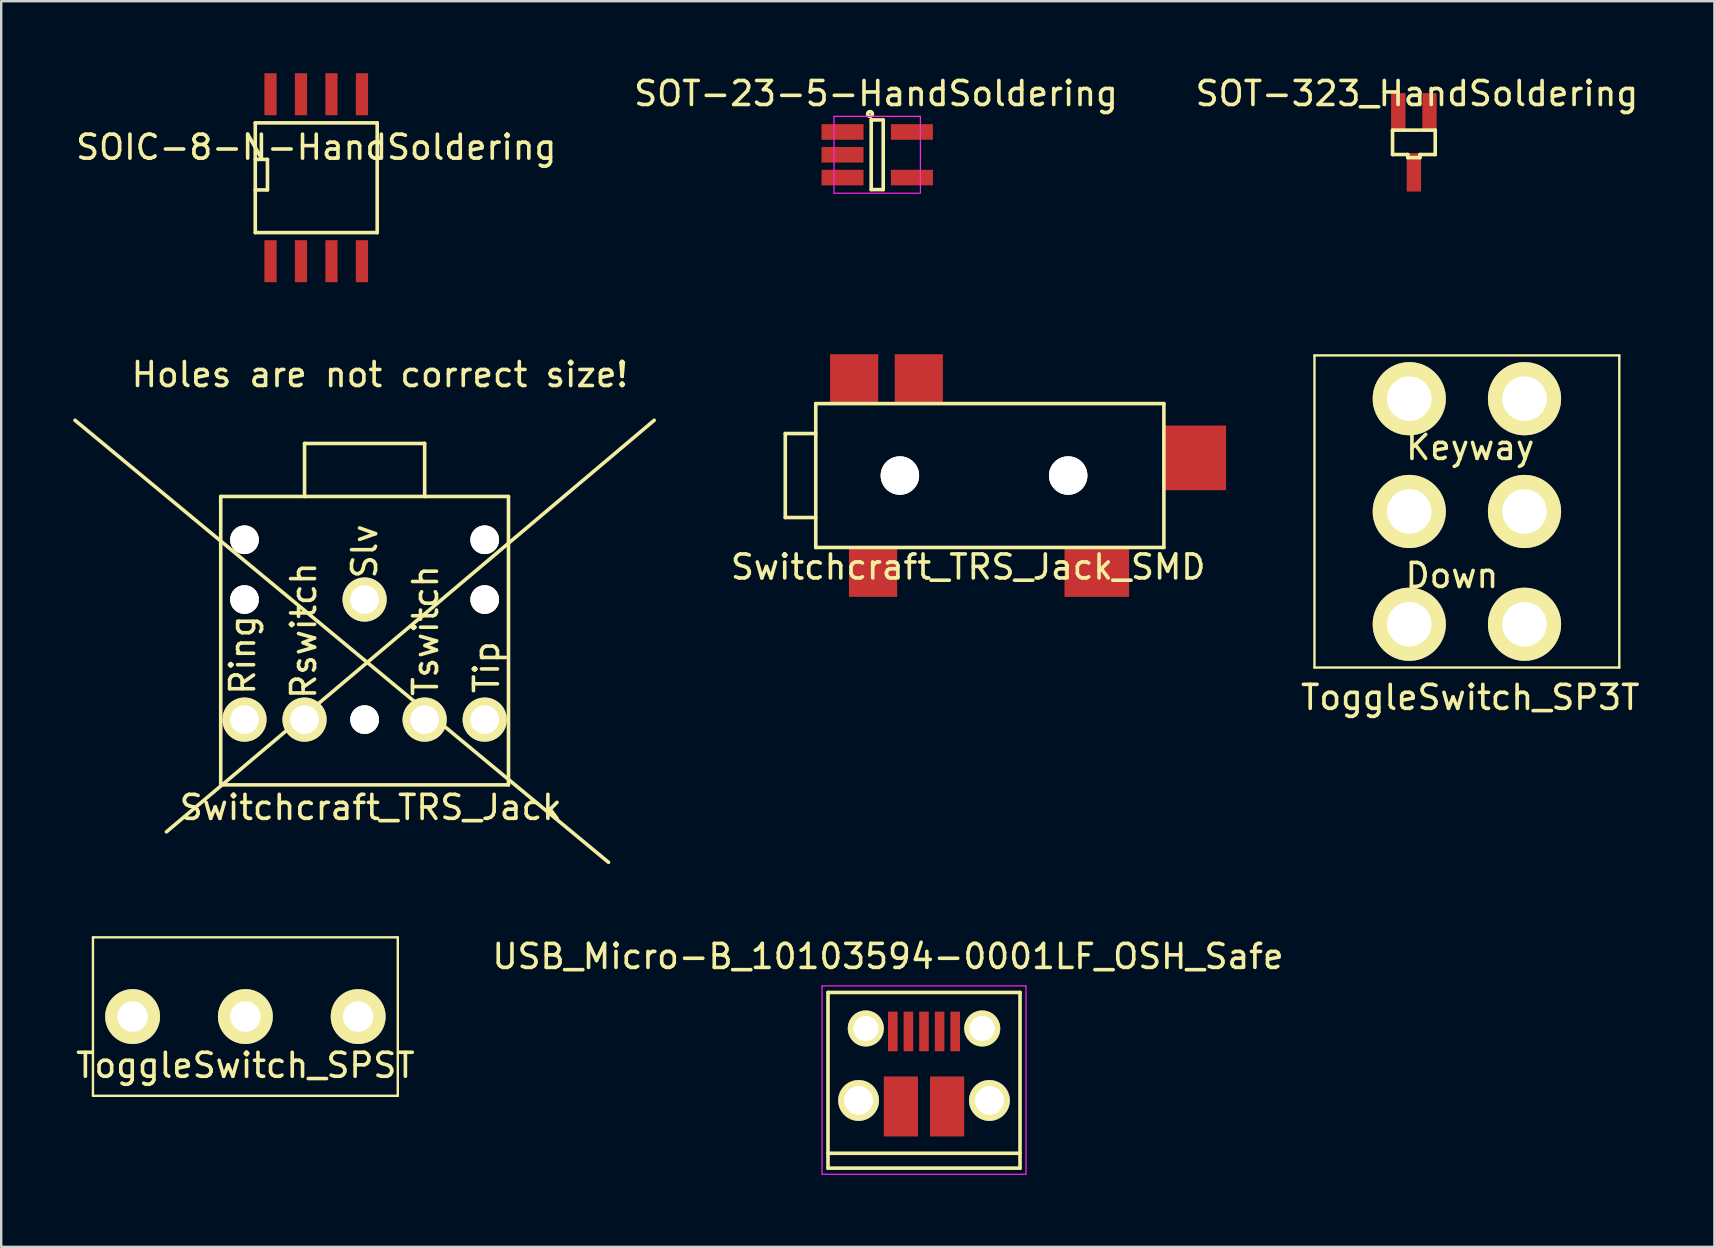
<source format=kicad_pcb>
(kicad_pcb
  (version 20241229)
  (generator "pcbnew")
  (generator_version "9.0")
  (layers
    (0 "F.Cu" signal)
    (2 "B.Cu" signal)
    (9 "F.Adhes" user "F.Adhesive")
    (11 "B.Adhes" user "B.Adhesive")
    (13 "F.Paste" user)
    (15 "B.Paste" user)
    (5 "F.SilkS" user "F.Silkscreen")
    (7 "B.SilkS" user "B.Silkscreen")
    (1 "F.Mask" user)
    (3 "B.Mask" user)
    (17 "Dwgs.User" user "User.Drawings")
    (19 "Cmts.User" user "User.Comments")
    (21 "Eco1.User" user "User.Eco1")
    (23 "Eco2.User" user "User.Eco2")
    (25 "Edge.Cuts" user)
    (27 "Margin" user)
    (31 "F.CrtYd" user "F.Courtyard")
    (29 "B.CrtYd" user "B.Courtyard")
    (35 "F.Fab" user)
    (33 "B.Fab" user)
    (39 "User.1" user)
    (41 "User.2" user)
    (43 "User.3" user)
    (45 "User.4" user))
  (footprint "SOT-23-5-HandSoldering"
    (layer "F.Cu")
    (at 33.496 3.398)
    (property "Reference" "SOT-23-5-HandSoldering" (at -0.05 -2.55 0) (layer "F.SilkS") (effects (font (size 1 1) (thickness 0.15))))
    (attr smd)
    (fp_line (start -0.25 -1.45) (end -0.25 1.45) (stroke (width 0.15) (type solid)) (layer "F.SilkS"))
    (fp_line (start -0.25 1.45) (end 0.25 1.45) (stroke (width 0.15) (type solid)) (layer "F.SilkS"))
    (fp_line (start 0.25 -1.45) (end -0.25 -1.45) (stroke (width 0.15) (type solid)) (layer "F.SilkS"))
    (fp_line (start 0.25 1.45) (end 0.25 -1.45) (stroke (width 0.15) (type solid)) (layer "F.SilkS"))
    (fp_circle (center -0.3 -1.7) (end -0.2 -1.7) (stroke (width 0.15) (type solid)) (fill no) (layer "F.SilkS"))
    (fp_line (start -1.8 -1.6) (end 1.8 -1.6) (stroke (width 0.05) (type solid)) (layer "F.CrtYd"))
    (fp_line (start -1.8 1.6) (end -1.8 -1.6) (stroke (width 0.05) (type solid)) (layer "F.CrtYd"))
    (fp_line (start 1.8 -1.6) (end 1.8 1.6) (stroke (width 0.05) (type solid)) (layer "F.CrtYd"))
    (fp_line (start 1.8 1.6) (end -1.8 1.6) (stroke (width 0.05) (type solid)) (layer "F.CrtYd"))
    (pad "1" smd rect (at -1.445 -0.95) (size 1.75 0.65) (layers "F.Cu" "F.Mask" "F.Paste"))
    (pad "2" smd rect (at -1.445 0) (size 1.75 0.65) (layers "F.Cu" "F.Mask" "F.Paste"))
    (pad "3" smd rect (at -1.445 0.95) (size 1.75 0.65) (layers "F.Cu" "F.Mask" "F.Paste"))
    (pad "4" smd rect (at 1.445 0.95) (size 1.75 0.65) (layers "F.Cu" "F.Mask" "F.Paste"))
    (pad "5" smd rect (at 1.445 -0.95) (size 1.75 0.65) (layers "F.Cu" "F.Mask" "F.Paste")))
  (footprint "ToggleSwitch_SP3T"
    (layer "F.Cu")
    (at 55.663 13.56)
    (property "Reference" "ToggleSwitch_SP3T" (at 2.54 12.446 0) (layer "F.SilkS") (effects (font (size 1 1) (thickness 0.15))))
    (attr through_hole)
    (fp_line (start -3.95 -1.803) (end -3.95 11.201) (stroke (width 0.1) (type solid)) (layer "F.SilkS"))
    (fp_line (start -3.95 -1.803) (end 8.75 -1.803) (stroke (width 0.1) (type solid)) (layer "F.SilkS"))
    (fp_line (start -3.95 11.201) (end 8.75 11.201) (stroke (width 0.1) (type solid)) (layer "F.SilkS"))
    (fp_line (start 8.75 -1.803) (end 8.75 11.201) (stroke (width 0.1) (type solid)) (layer "F.SilkS"))
    (fp_text user "Down" (at 1.778 7.366 0) (layer "F.SilkS") (effects (font (size 1 1) (thickness 0.15))))
    (fp_text user "Keyway" (at 2.54 2.032 0) (layer "F.SilkS") (effects (font (size 1 1) (thickness 0.15))))
    (pad "1" thru_hole circle (at 0 9.398) (size 3.048 3.048) (drill 1.854) (layers "*.Cu" "*.Mask" "F.SilkS"))
    (pad "2" thru_hole circle (at 0 4.699) (size 3.048 3.048) (drill 1.854) (layers "*.Cu" "*.Mask" "F.SilkS"))
    (pad "3" thru_hole circle (at 0 0) (size 3.048 3.048) (drill 1.854) (layers "*.Cu" "*.Mask" "F.SilkS"))
    (pad "4" thru_hole circle (at 4.801 9.398) (size 3.048 3.048) (drill 1.854) (layers "*.Cu" "*.Mask" "F.SilkS"))
    (pad "5" thru_hole circle (at 4.801 4.699) (size 3.048 3.048) (drill 1.854) (layers "*.Cu" "*.Mask" "F.SilkS"))
    (pad "6" thru_hole circle (at 4.801 0) (size 3.048 3.048) (drill 1.854) (layers "*.Cu" "*.Mask" "F.SilkS")))
  (footprint "Switchcraft_TRS_Jack_SMD"
    (layer "F.Cu")
    (at 30.936 16.762)
    (property "Reference" "Switchcraft_TRS_Jack_SMD" (at 6.35 3.81 0) (layer "F.SilkS") (effects (font (size 1 1) (thickness 0.15))))
    (attr through_hole)
    (fp_line (start -1.27 -1.75) (end -1.27 1.75) (stroke (width 0.15) (type solid)) (layer "F.SilkS"))
    (fp_line (start -1.27 1.75) (end 0 1.75) (stroke (width 0.15) (type solid)) (layer "F.SilkS"))
    (fp_line (start 0 -2.997) (end 0 2.997) (stroke (width 0.15) (type solid)) (layer "F.SilkS"))
    (fp_line (start 0 -2.997) (end 14.503 -2.997) (stroke (width 0.15) (type solid)) (layer "F.SilkS"))
    (fp_line (start 0 -1.75) (end -1.27 -1.75) (stroke (width 0.15) (type solid)) (layer "F.SilkS"))
    (fp_line (start 0 2.997) (end 14.503 2.997) (stroke (width 0.15) (type solid)) (layer "F.SilkS"))
    (fp_line (start 14.503 -2.997) (end 14.503 2.997) (stroke (width 0.15) (type solid)) (layer "F.SilkS"))
    (pad "" thru_hole circle (at 3.505 0) (size 1.6 1.6) (drill 1.6) (layers "*.Cu" "*.Mask" "F.SilkS"))
    (pad "" thru_hole circle (at 10.516 0) (size 1.6 1.6) (drill 1.6) (layers "*.Cu" "*.Mask" "F.SilkS"))
    (pad "1" smd rect (at 2.388 4) (size 2.007 2.108) (layers "F.Cu" "F.Mask" "F.Paste"))
    (pad "2" smd rect (at 11.709 4) (size 2.692 2.108) (layers "F.Cu" "F.Mask" "F.Paste"))
    (pad "3" smd rect (at 4.293 -4) (size 2.007 2.108) (layers "F.Cu" "F.Mask" "F.Paste"))
    (pad "4" smd rect (at 15.799 -0.737) (size 2.591 2.692) (layers "F.Cu" "F.Mask" "F.Paste"))
    (pad "5" smd rect (at 1.6 -4) (size 2.007 2.108) (layers "F.Cu" "F.Mask" "F.Paste")))
  (footprint "SOT-323_HandSoldering"
    (layer "F.Cu")
    (at 55.855 2.88)
    (property "Reference" "SOT-323_HandSoldering" (at 0.127 -2.032 0) (layer "F.SilkS") (effects (font (size 1 1) (thickness 0.15))))
    (attr smd)
    (fp_line (start -0.889 -0.508) (end -0.889 0.508) (stroke (width 0.15) (type solid)) (layer "F.SilkS"))
    (fp_line (start -0.889 0.508) (end -0.254 0.508) (stroke (width 0.15) (type solid)) (layer "F.SilkS"))
    (fp_line (start -0.254 0.508) (end -0.254 0.635) (stroke (width 0.15) (type solid)) (layer "F.SilkS"))
    (fp_line (start -0.254 0.635) (end 0.254 0.635) (stroke (width 0.15) (type solid)) (layer "F.SilkS"))
    (fp_line (start 0.254 0.508) (end 0.889 0.508) (stroke (width 0.15) (type solid)) (layer "F.SilkS"))
    (fp_line (start 0.254 0.635) (end 0.254 0.508) (stroke (width 0.15) (type solid)) (layer "F.SilkS"))
    (fp_line (start 0.889 -0.508) (end -0.889 -0.508) (stroke (width 0.15) (type solid)) (layer "F.SilkS"))
    (fp_line (start 0.889 0.508) (end 0.889 -0.508) (stroke (width 0.15) (type solid)) (layer "F.SilkS"))
    (pad "1" smd rect (at 0.65 -1.25) (size 0.599 1.601) (layers "F.Cu" "F.Mask" "F.Paste"))
    (pad "2" smd rect (at -0.65 -1.25) (size 0.599 1.601) (layers "F.Cu" "F.Mask" "F.Paste"))
    (pad "3" smd rect (at 0 1.25) (size 0.599 1.601) (layers "F.Cu" "F.Mask" "F.Paste")))
  (footprint "SOIC-8-N-HandSoldering"
    (layer "F.Cu")
    (at 10.125 4.354)
    (property "Reference" "SOIC-8-N-HandSoldering" (at 0 -1.27 0) (layer "F.SilkS") (effects (font (size 1 1) (thickness 0.15))))
    (attr smd)
    (fp_line (start -2.54 -2.286) (end 2.54 -2.286) (stroke (width 0.15) (type solid)) (layer "F.SilkS"))
    (fp_line (start -2.54 -0.762) (end -2.032 -0.762) (stroke (width 0.15) (type solid)) (layer "F.SilkS"))
    (fp_line (start -2.54 2.286) (end -2.54 -2.286) (stroke (width 0.15) (type solid)) (layer "F.SilkS"))
    (fp_line (start -2.032 -0.762) (end -2.032 0.508) (stroke (width 0.15) (type solid)) (layer "F.SilkS"))
    (fp_line (start -2.032 0.508) (end -2.54 0.508) (stroke (width 0.15) (type solid)) (layer "F.SilkS"))
    (fp_line (start 2.54 -2.286) (end 2.54 2.286) (stroke (width 0.15) (type solid)) (layer "F.SilkS"))
    (fp_line (start 2.54 2.286) (end -2.54 2.286) (stroke (width 0.15) (type solid)) (layer "F.SilkS"))
    (pad "1" smd rect (at -1.905 3.478) (size 0.508 1.75) (layers "F.Cu" "F.Mask" "F.Paste"))
    (pad "2" smd rect (at -0.635 3.478) (size 0.508 1.75) (layers "F.Cu" "F.Mask" "F.Paste"))
    (pad "3" smd rect (at 0.635 3.478) (size 0.508 1.75) (layers "F.Cu" "F.Mask" "F.Paste"))
    (pad "4" smd rect (at 1.905 3.478) (size 0.508 1.75) (layers "F.Cu" "F.Mask" "F.Paste"))
    (pad "5" smd rect (at 1.905 -3.478) (size 0.508 1.75) (layers "F.Cu" "F.Mask" "F.Paste"))
    (pad "6" smd rect (at 0.635 -3.478) (size 0.508 1.75) (layers "F.Cu" "F.Mask" "F.Paste"))
    (pad "7" smd rect (at -0.635 -3.478) (size 0.508 1.75) (layers "F.Cu" "F.Mask" "F.Paste"))
    (pad "8" smd rect (at -1.905 -3.478) (size 0.508 1.75) (layers "F.Cu" "F.Mask" "F.Paste")))
  (footprint "Switchcraft_TRS_Jack"
    (layer "F.Cu")
    (at 12.14 17.635)
    (property "Reference" "Switchcraft_TRS_Jack" (at 0.254 12.954 0) (layer "F.SilkS") (effects (font (size 1 1) (thickness 0.15))))
    (attr through_hole)
    (fp_line (start -12.065 -3.175) (end 10.16 15.24) (stroke (width 0.15) (type solid)) (layer "F.SilkS"))
    (fp_line (start -5.994 0) (end -5.994 12.014) (stroke (width 0.15) (type solid)) (layer "F.SilkS"))
    (fp_line (start -5.994 0) (end 5.994 0) (stroke (width 0.15) (type solid)) (layer "F.SilkS"))
    (fp_line (start -5.994 12.014) (end 5.994 12.014) (stroke (width 0.15) (type solid)) (layer "F.SilkS"))
    (fp_line (start -2.502 -2.21) (end 2.502 -2.21) (stroke (width 0.15) (type solid)) (layer "F.SilkS"))
    (fp_line (start -2.502 0) (end -2.502 -2.21) (stroke (width 0.15) (type solid)) (layer "F.SilkS"))
    (fp_line (start 2.502 -2.21) (end 2.502 0) (stroke (width 0.15) (type solid)) (layer "F.SilkS"))
    (fp_line (start 5.994 0) (end 5.994 12.014) (stroke (width 0.15) (type solid)) (layer "F.SilkS"))
    (fp_line (start 12.065 -3.175) (end -8.255 13.97) (stroke (width 0.15) (type solid)) (layer "F.SilkS"))
    (fp_text user "Tswitch" (at 2.54 5.588 90) (layer "F.SilkS") (effects (font (size 1 1) (thickness 0.15))))
    (fp_text user "Slv" (at 0 2.286 90) (layer "F.SilkS") (effects (font (size 1 1) (thickness 0.15))))
    (fp_text user "Rswitch" (at -2.54 5.588 90) (layer "F.SilkS") (effects (font (size 1 1) (thickness 0.15))))
    (fp_text user "Tip" (at 5.08 7.112 90) (layer "F.SilkS") (effects (font (size 1 1) (thickness 0.15))))
    (fp_text user "Ring" (at -5.08 6.604 90) (layer "F.SilkS") (effects (font (size 1 1) (thickness 0.15))))
    (fp_text user "Holes are not correct size!" (at 0.635 -5.08 0) (layer "F.SilkS") (effects (font (size 1 1) (thickness 0.15))))
    (pad "" thru_hole circle (at -5.004 1.803) (size 1.194 1.194) (drill 1.194) (layers "*.Cu" "*.Mask" "F.SilkS"))
    (pad "" thru_hole circle (at -5.004 4.293) (size 1.194 1.194) (drill 1.194) (layers "*.Cu" "*.Mask" "F.SilkS"))
    (pad "" thru_hole circle (at 0 9.296) (size 1.194 1.194) (drill 1.194) (layers "*.Cu" "*.Mask" "F.SilkS"))
    (pad "" thru_hole circle (at 5.004 1.803) (size 1.194 1.194) (drill 1.194) (layers "*.Cu" "*.Mask" "F.SilkS"))
    (pad "" thru_hole circle (at 5.004 4.293) (size 1.194 1.194) (drill 1.194) (layers "*.Cu" "*.Mask" "F.SilkS"))
    (pad "1" thru_hole circle (at 0 4.293) (size 1.841 1.841) (drill 1.194) (layers "*.Cu" "*.Mask" "F.SilkS"))
    (pad "2" thru_hole circle (at 5.004 9.296) (size 1.841 1.841) (drill 1.194) (layers "*.Cu" "*.Mask" "F.SilkS"))
    (pad "3" thru_hole circle (at -5.004 9.296) (size 1.841 1.841) (drill 1.194) (layers "*.Cu" "*.Mask" "F.SilkS"))
    (pad "4" thru_hole circle (at 2.502 9.296) (size 1.841 1.841) (drill 1.194) (layers "*.Cu" "*.Mask" "F.SilkS"))
    (pad "5" thru_hole circle (at -2.502 9.296) (size 1.841 1.841) (drill 1.194) (layers "*.Cu" "*.Mask" "F.SilkS")))
  (footprint "USB_Micro-B_10103594-0001LF_OSH_Safe"
    (layer "F.Cu")
    (at 35.446 41.423)
    (property "Reference" "USB_Micro-B_10103594-0001LF_OSH_Safe" (at -1.5 -4.625 0) (layer "F.SilkS") (effects (font (size 1 1) (thickness 0.15))))
    (attr smd)
    (fp_line (start -4 -3.125) (end 4 -3.125) (stroke (width 0.15) (type solid)) (layer "F.SilkS"))
    (fp_line (start -4 4.195) (end -4 -3.125) (stroke (width 0.15) (type solid)) (layer "F.SilkS"))
    (fp_line (start -4 4.195) (end 4 4.195) (stroke (width 0.15) (type solid)) (layer "F.SilkS"))
    (fp_line (start 4 -3.125) (end 4 4.195) (stroke (width 0.15) (type solid)) (layer "F.SilkS"))
    (fp_line (start 4 3.575) (end -4 3.575) (stroke (width 0.15) (type solid)) (layer "F.SilkS"))
    (fp_line (start -4.25 -3.4) (end 4.25 -3.4) (stroke (width 0.05) (type solid)) (layer "F.CrtYd"))
    (fp_line (start -4.25 4.45) (end -4.25 -3.4) (stroke (width 0.05) (type solid)) (layer "F.CrtYd"))
    (fp_line (start 4.25 -3.4) (end 4.25 4.45) (stroke (width 0.05) (type solid)) (layer "F.CrtYd"))
    (fp_line (start 4.25 4.45) (end -4.25 4.45) (stroke (width 0.05) (type solid)) (layer "F.CrtYd"))
    (pad "1" smd rect (at -1.3 -1.5 90) (size 1.65 0.4) (layers "F.Cu" "F.Mask" "F.Paste"))
    (pad "2" smd rect (at -0.65 -1.5 90) (size 1.65 0.4) (layers "F.Cu" "F.Mask" "F.Paste"))
    (pad "3" smd rect (at -0.001 -1.5 90) (size 1.65 0.4) (layers "F.Cu" "F.Mask" "F.Paste"))
    (pad "4" smd rect (at 0.65 -1.5 90) (size 1.65 0.4) (layers "F.Cu" "F.Mask" "F.Paste"))
    (pad "5" smd rect (at 1.3 -1.5 90) (size 1.65 0.4) (layers "F.Cu" "F.Mask" "F.Paste"))
    (pad "6" thru_hole oval (at -2.725 1.375 90) (size 1.7 1.7) (drill 1.2) (layers "*.Cu" "*.Mask" "F.SilkS"))
    (pad "6" thru_hole oval (at -2.425 -1.625 90) (size 1.5 1.5) (drill 1.05) (layers "*.Cu" "*.Mask" "F.SilkS"))
    (pad "6" smd rect (at -0.963 1.625 90) (size 2.5 1.425) (layers "F.Cu" "F.Mask" "F.Paste"))
    (pad "6" smd rect (at 0.963 1.625 90) (size 2.5 1.425) (layers "F.Cu" "F.Mask" "F.Paste"))
    (pad "6" thru_hole oval (at 2.425 -1.625 90) (size 1.5 1.5) (drill 1.05) (layers "*.Cu" "*.Mask" "F.SilkS"))
    (pad "6" thru_hole oval (at 2.725 1.375 90) (size 1.7 1.7) (drill 1.2) (layers "*.Cu" "*.Mask" "F.SilkS")))
  (footprint "ToggleSwitch_SPST"
    (layer "F.Cu")
    (at 7.173 39.302)
    (property "Reference" "ToggleSwitch_SPST" (at 0 2.032 0) (layer "F.SilkS") (effects (font (size 1 1) (thickness 0.15))))
    (attr through_hole)
    (fp_line (start -6.35 -3.302) (end 6.35 -3.302) (stroke (width 0.1) (type solid)) (layer "F.SilkS"))
    (fp_line (start -6.35 3.302) (end -6.35 -3.302) (stroke (width 0.1) (type solid)) (layer "F.SilkS"))
    (fp_line (start -6.35 3.302) (end 6.35 3.302) (stroke (width 0.1) (type solid)) (layer "F.SilkS"))
    (fp_line (start 6.35 -3.302) (end 6.35 3.302) (stroke (width 0.1) (type solid)) (layer "F.SilkS"))
    (pad "1" thru_hole circle (at -4.699 0) (size 2.286 2.286) (drill 1.27) (layers "*.Cu" "*.Mask" "F.SilkS"))
    (pad "2" thru_hole circle (at 0 0) (size 2.286 2.286) (drill 1.27) (layers "*.Cu" "*.Mask" "F.SilkS"))
    (pad "3" thru_hole circle (at 4.699 0) (size 2.286 2.286) (drill 1.27) (layers "*.Cu" "*.Mask" "F.SilkS")))
  (gr_rect
    (start -3 -3)
    (end 68.375 48.898)
    (stroke (width 0.1) (type default))
    (fill no)
    (layer "Edge.Cuts")))
</source>
